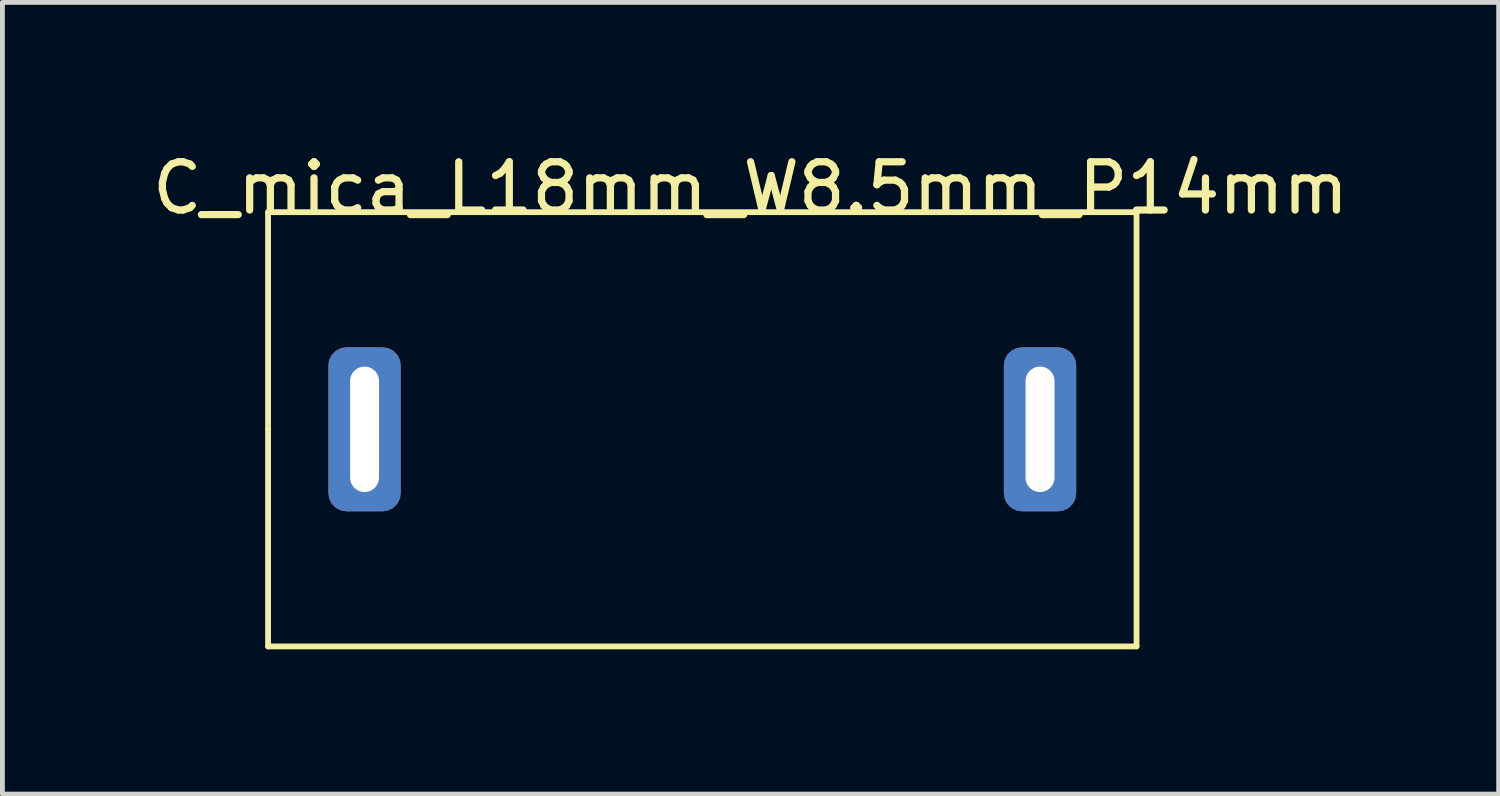
<source format=kicad_pcb>
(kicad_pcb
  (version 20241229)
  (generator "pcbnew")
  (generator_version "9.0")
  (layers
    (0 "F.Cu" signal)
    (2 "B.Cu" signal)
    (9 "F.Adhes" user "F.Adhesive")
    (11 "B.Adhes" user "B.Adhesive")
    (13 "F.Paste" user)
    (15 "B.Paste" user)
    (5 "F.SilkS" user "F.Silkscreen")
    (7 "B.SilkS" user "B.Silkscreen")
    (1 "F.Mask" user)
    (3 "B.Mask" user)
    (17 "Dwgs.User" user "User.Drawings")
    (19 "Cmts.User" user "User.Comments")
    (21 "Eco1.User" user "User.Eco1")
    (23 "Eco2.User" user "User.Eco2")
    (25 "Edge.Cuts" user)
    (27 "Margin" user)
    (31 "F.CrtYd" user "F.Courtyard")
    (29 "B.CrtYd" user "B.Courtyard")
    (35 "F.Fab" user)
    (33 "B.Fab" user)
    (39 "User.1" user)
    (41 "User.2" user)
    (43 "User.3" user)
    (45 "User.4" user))
  (footprint "C_mica_L18mm_W8.5mm_P14mm"
    (layer "F.Cu")
    (at 4.506 5.848)
    (property "Reference" "C_mica_L18mm_W8.5mm_P14mm" (at 8 -5 0) (layer "F.SilkS") (effects (font (size 1 1) (thickness 0.15))))
    (attr through_hole)
    (fp_line (start -2 -4.5) (end 16 -4.5) (stroke (width 0.12) (type solid)) (layer "F.SilkS"))
    (fp_line (start -2 0) (end -2 -4.5) (stroke (width 0.12) (type solid)) (layer "F.SilkS"))
    (fp_line (start -2 4.5) (end -2 0) (stroke (width 0.12) (type solid)) (layer "F.SilkS"))
    (fp_line (start 16 -4.5) (end 16 4.5) (stroke (width 0.12) (type solid)) (layer "F.SilkS"))
    (fp_line (start 16 4.5) (end -2 4.5) (stroke (width 0.12) (type solid)) (layer "F.SilkS"))
    (pad "1" thru_hole roundrect (at 0 0) (size 1.5 3.4) (drill oval 0.6 2.6) (layers "*.Cu" "*.Mask") (roundrect_rratio 0.25))
    (pad "2" thru_hole roundrect (at 14 0) (size 1.5 3.4) (drill oval 0.6 2.6) (layers "*.Cu" "*.Mask") (roundrect_rratio 0.25)))
  (gr_rect
    (start -3 -3)
    (end 28.012 13.408)
    (stroke (width 0.1) (type default))
    (fill no)
    (layer "Edge.Cuts")))
</source>
